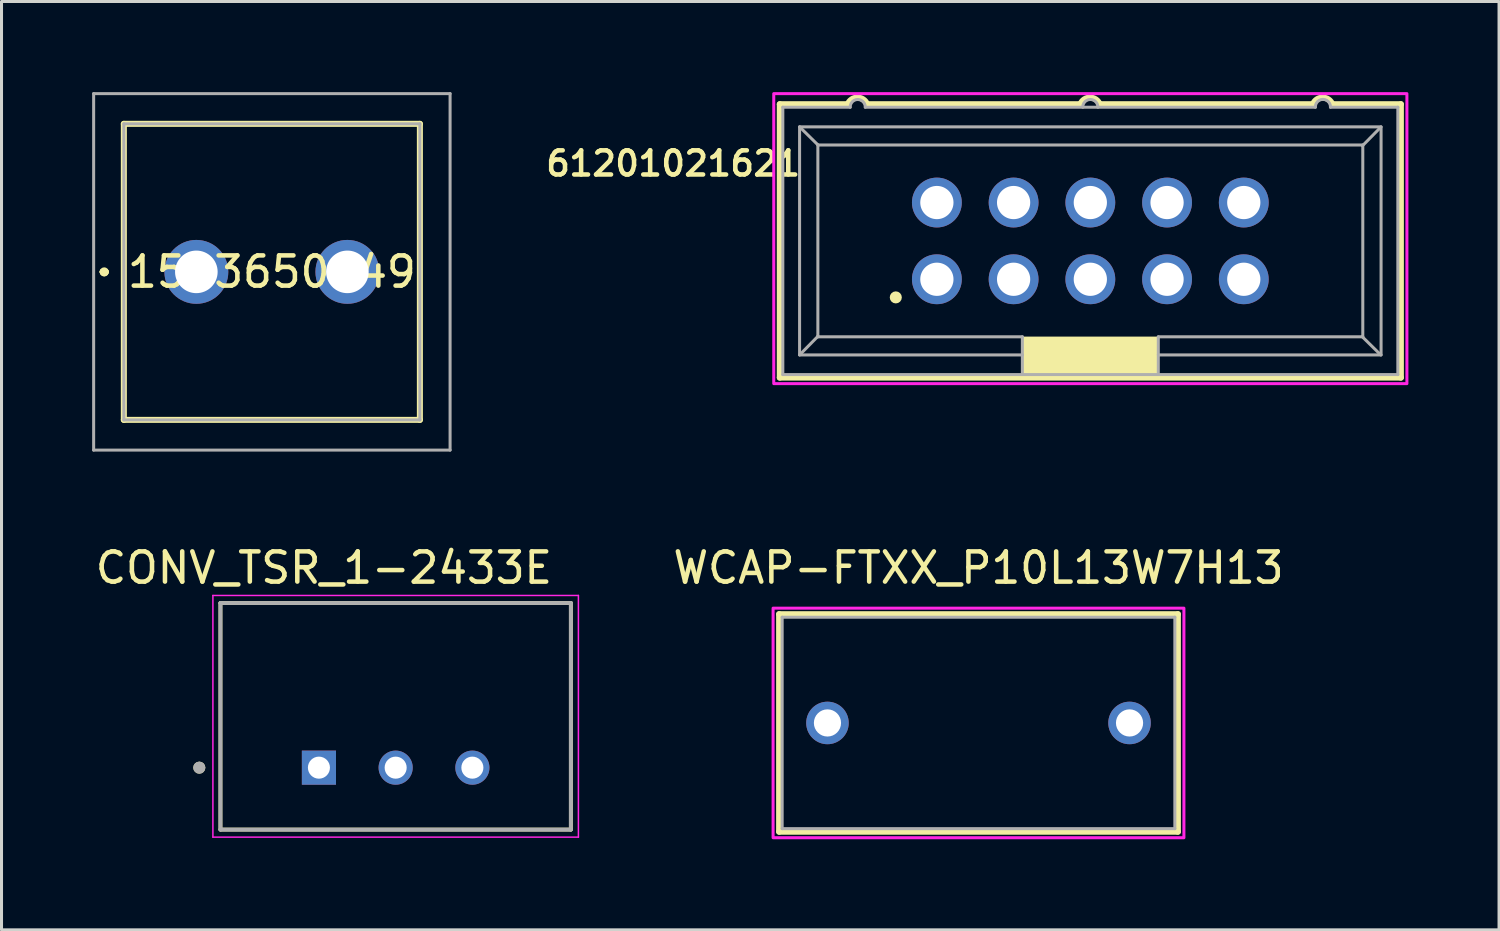
<source format=kicad_pcb>
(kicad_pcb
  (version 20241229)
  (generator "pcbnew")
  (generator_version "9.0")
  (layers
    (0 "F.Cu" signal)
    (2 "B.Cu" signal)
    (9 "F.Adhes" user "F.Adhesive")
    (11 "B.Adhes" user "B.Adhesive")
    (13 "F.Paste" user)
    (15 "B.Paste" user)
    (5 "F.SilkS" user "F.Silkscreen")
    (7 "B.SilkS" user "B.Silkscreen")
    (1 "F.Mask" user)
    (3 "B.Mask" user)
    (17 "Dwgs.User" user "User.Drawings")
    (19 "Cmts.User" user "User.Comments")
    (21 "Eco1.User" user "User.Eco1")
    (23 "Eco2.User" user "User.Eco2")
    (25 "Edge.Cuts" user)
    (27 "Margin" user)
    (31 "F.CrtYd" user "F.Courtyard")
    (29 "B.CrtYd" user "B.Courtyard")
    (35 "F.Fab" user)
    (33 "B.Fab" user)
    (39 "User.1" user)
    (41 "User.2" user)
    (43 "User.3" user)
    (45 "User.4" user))
  (footprint "CONV_TSR_1-2433E"
    (layer "F.Cu")
    (at 10.048 20.663)
    (property "Reference" "CONV_TSR_1-2433E" (at -2.375 -4.915 0) (layer "F.SilkS") (effects (font (size 1 1) (thickness 0.15))))
    (attr through_hole)
    (fp_line (start -5.8 -3.75) (end 5.8 -3.75) (stroke (width 0.127) (type solid)) (layer "F.SilkS"))
    (fp_line (start -5.8 3.75) (end -5.8 -3.75) (stroke (width 0.127) (type solid)) (layer "F.SilkS"))
    (fp_line (start -5.8 3.75) (end 5.8 3.75) (stroke (width 0.127) (type solid)) (layer "F.SilkS"))
    (fp_line (start 5.8 -3.75) (end 5.8 3.75) (stroke (width 0.127) (type solid)) (layer "F.SilkS"))
    (fp_circle (center -6.5 1.7) (end -6.4 1.7) (stroke (width 0.2) (type solid)) (fill no) (layer "F.SilkS"))
    (fp_line (start -6.05 -4) (end -6.05 4) (stroke (width 0.05) (type solid)) (layer "F.CrtYd"))
    (fp_line (start -6.05 4) (end 6.05 4) (stroke (width 0.05) (type solid)) (layer "F.CrtYd"))
    (fp_line (start 6.05 -4) (end -6.05 -4) (stroke (width 0.05) (type solid)) (layer "F.CrtYd"))
    (fp_line (start 6.05 4) (end 6.05 -4) (stroke (width 0.05) (type solid)) (layer "F.CrtYd"))
    (fp_line (start -5.8 -3.75) (end 5.8 -3.75) (stroke (width 0.127) (type solid)) (layer "F.Fab"))
    (fp_line (start -5.8 3.75) (end -5.8 -3.75) (stroke (width 0.127) (type solid)) (layer "F.Fab"))
    (fp_line (start 5.8 -3.75) (end 5.8 3.75) (stroke (width 0.127) (type solid)) (layer "F.Fab"))
    (fp_line (start 5.8 3.75) (end -5.8 3.75) (stroke (width 0.127) (type solid)) (layer "F.Fab"))
    (fp_circle (center -6.5 1.7) (end -6.4 1.7) (stroke (width 0.2) (type solid)) (fill no) (layer "F.Fab"))
    (pad "1" thru_hole rect (at -2.54 1.7) (size 1.13 1.13) (drill 0.73) (layers "*.Cu" "*.Mask"))
    (pad "2" thru_hole circle (at 0 1.7) (size 1.13 1.13) (drill 0.73) (layers "*.Cu" "*.Mask"))
    (pad "3" thru_hole circle (at 2.54 1.7) (size 1.13 1.13) (drill 0.73) (layers "*.Cu" "*.Mask")))
  (footprint "WCAP-FTXX_P10L13W7H13"
    (layer "F.Cu")
    (at 29.343 20.883)
    (property "Reference" "WCAP-FTXX_P10L13W7H13" (at 0 -5.135 0) (layer "F.SilkS") (effects (font (size 1 1) (thickness 0.15))))
    (attr through_hole)
    (fp_line (start -6.6 -3.6) (end 6.6 -3.6) (stroke (width 0.2) (type solid)) (layer "F.SilkS"))
    (fp_line (start -6.6 3.6) (end -6.6 -3.6) (stroke (width 0.2) (type solid)) (layer "F.SilkS"))
    (fp_line (start 6.6 -3.6) (end 6.6 3.6) (stroke (width 0.2) (type solid)) (layer "F.SilkS"))
    (fp_line (start 6.6 3.6) (end -6.6 3.6) (stroke (width 0.2) (type solid)) (layer "F.SilkS"))
    (fp_poly (pts (xy -6.8 -3.8) (xy 6.8 -3.8) (xy 6.8 3.8) (xy -6.8 3.8)) (stroke (width 0.1) (type solid)) (fill no) (layer "F.CrtYd"))
    (fp_line (start -6.5 -3.5) (end 6.5 -3.5) (stroke (width 0.1) (type solid)) (layer "F.Fab"))
    (fp_line (start -6.5 3.5) (end -6.5 -3.5) (stroke (width 0.1) (type solid)) (layer "F.Fab"))
    (fp_line (start 6.5 -3.5) (end 6.5 3.5) (stroke (width 0.1) (type solid)) (layer "F.Fab"))
    (fp_line (start 6.5 3.5) (end -6.5 3.5) (stroke (width 0.1) (type solid)) (layer "F.Fab"))
    (pad "1" thru_hole circle (at -5 0) (size 1.408 1.408) (drill 0.9) (layers "*.Cu" "*.Mask"))
    (pad "2" thru_hole circle (at 5 0) (size 1.408 1.408) (drill 0.9) (layers "*.Cu" "*.Mask")))
  (footprint "61201021621"
    (layer "F.Cu")
    (at 33.045 4.925)
    (property "Reference" "61201021621" (at -13.81 -2.561 0) (layer "F.SilkS") (effects (font (size 0.8 0.8) (thickness 0.15))))
    (attr through_hole)
    (fp_line (start -10.28 -4.525) (end -10.28 4.525) (stroke (width 0.2) (type solid)) (layer "F.SilkS"))
    (fp_line (start -10.28 4.525) (end 10.28 4.525) (stroke (width 0.2) (type solid)) (layer "F.SilkS"))
    (fp_line (start -8.03 -4.525) (end -10.28 -4.525) (stroke (width 0.2) (type solid)) (layer "F.SilkS"))
    (fp_line (start -0.33 -4.525) (end -7.39 -4.525) (stroke (width 0.2) (type solid)) (layer "F.SilkS"))
    (fp_line (start 7.37 -4.525) (end 0.31 -4.525) (stroke (width 0.2) (type solid)) (layer "F.SilkS"))
    (fp_line (start 8.01 -4.525) (end 10.28 -4.525) (stroke (width 0.2) (type solid)) (layer "F.SilkS"))
    (fp_line (start 10.28 4.525) (end 10.28 -4.525) (stroke (width 0.2) (type solid)) (layer "F.SilkS"))
    (fp_arc (start -8.03 -4.525) (mid -7.71 -4.743547) (end -7.39 -4.525) (stroke (width 0.2) (type solid)) (layer "F.SilkS"))
    (fp_arc (start -0.33 -4.525) (mid -0.01 -4.743547) (end 0.31 -4.525) (stroke (width 0.2) (type solid)) (layer "F.SilkS"))
    (fp_arc (start 7.37 -4.525) (mid 7.69 -4.743547) (end 8.01 -4.525) (stroke (width 0.2) (type solid)) (layer "F.SilkS"))
    (fp_circle (center -6.44 1.87) (end -6.34 1.87) (stroke (width 0.2) (type solid)) (fill no) (layer "F.SilkS"))
    (fp_poly (pts (xy -2.25 3.175) (xy 2.25 3.175) (xy 2.25 4.425) (xy -2.25 4.425)) (stroke (width 0.01) (type solid)) (fill yes) (layer "F.SilkS"))
    (fp_poly (pts (xy -10.48 -4.875) (xy 10.48 -4.875) (xy 10.48 4.725) (xy -10.48 4.725)) (stroke (width 0.1) (type solid)) (fill no) (layer "F.CrtYd"))
    (fp_line (start -10.18 -4.425) (end -7.95 -4.425) (stroke (width 0.1) (type solid)) (layer "F.Fab"))
    (fp_line (start -10.18 4.425) (end -10.18 -4.425) (stroke (width 0.1) (type solid)) (layer "F.Fab"))
    (fp_line (start -9.625 -3.775) (end 9.625 -3.775) (stroke (width 0.1) (type solid)) (layer "F.Fab"))
    (fp_line (start -9.625 3.775) (end -9.625 -3.775) (stroke (width 0.1) (type solid)) (layer "F.Fab"))
    (fp_line (start -9.02 -3.175) (end 9.02 -3.175) (stroke (width 0.1) (type solid)) (layer "F.Fab"))
    (fp_line (start -9.02 3.16) (end -9.62 3.77) (stroke (width 0.1) (type solid)) (layer "F.Fab"))
    (fp_line (start -9.02 3.16) (end -9.02 -3.175) (stroke (width 0.1) (type solid)) (layer "F.Fab"))
    (fp_line (start -9.02 3.175) (end -9.02 3.16) (stroke (width 0.1) (type solid)) (layer "F.Fab"))
    (fp_line (start -9.01 -3.17) (end -9.62 -3.77) (stroke (width 0.1) (type solid)) (layer "F.Fab"))
    (fp_line (start -7.45 -4.425) (end 7.45 -4.425) (stroke (width 0.1) (type solid)) (layer "F.Fab"))
    (fp_line (start -2.25 3.175) (end -9.02 3.175) (stroke (width 0.1) (type solid)) (layer "F.Fab"))
    (fp_line (start -2.25 3.175) (end -2.25 3.775) (stroke (width 0.1) (type solid)) (layer "F.Fab"))
    (fp_line (start -2.25 3.775) (end -9.625 3.775) (stroke (width 0.1) (type solid)) (layer "F.Fab"))
    (fp_line (start -2.25 3.795) (end -2.25 4.395) (stroke (width 0.1) (type solid)) (layer "F.Fab"))
    (fp_line (start 2.25 3.175) (end 2.25 3.775) (stroke (width 0.1) (type solid)) (layer "F.Fab"))
    (fp_line (start 2.25 3.815) (end 2.25 4.415) (stroke (width 0.1) (type solid)) (layer "F.Fab"))
    (fp_line (start 7.95 -4.425) (end 10.18 -4.425) (stroke (width 0.1) (type solid)) (layer "F.Fab"))
    (fp_line (start 9 3.17) (end 9.61 3.77) (stroke (width 0.1) (type solid)) (layer "F.Fab"))
    (fp_line (start 9.01 -3.15) (end 9.61 -3.76) (stroke (width 0.1) (type solid)) (layer "F.Fab"))
    (fp_line (start 9.02 -3.175) (end 9.02 3.175) (stroke (width 0.1) (type solid)) (layer "F.Fab"))
    (fp_line (start 9.02 3.175) (end 2.25 3.175) (stroke (width 0.1) (type solid)) (layer "F.Fab"))
    (fp_line (start 9.625 -3.775) (end 9.625 3.775) (stroke (width 0.1) (type solid)) (layer "F.Fab"))
    (fp_line (start 9.625 3.775) (end 2.25 3.775) (stroke (width 0.1) (type solid)) (layer "F.Fab"))
    (fp_line (start 10.18 -4.425) (end 10.18 4.425) (stroke (width 0.1) (type solid)) (layer "F.Fab"))
    (fp_line (start 10.18 4.425) (end -10.18 4.425) (stroke (width 0.1) (type solid)) (layer "F.Fab"))
    (fp_arc (start -7.95 -4.425) (mid -7.7 -4.680051) (end -7.45 -4.425) (stroke (width 0.1) (type solid)) (layer "F.Fab"))
    (fp_arc (start -0.25 -4.425) (mid 0 -4.680051) (end 0.25 -4.425) (stroke (width 0.1) (type solid)) (layer "F.Fab"))
    (fp_arc (start 7.45 -4.425) (mid 7.7 -4.685195) (end 7.95 -4.425) (stroke (width 0.1) (type solid)) (layer "F.Fab"))
    (pad "1" thru_hole circle (at -5.08 1.27) (size 1.65 1.65) (drill 1.1) (layers "*.Cu" "*.Mask"))
    (pad "2" thru_hole circle (at -5.08 -1.27) (size 1.65 1.65) (drill 1.1) (layers "*.Cu" "*.Mask"))
    (pad "3" thru_hole circle (at -2.54 1.27) (size 1.65 1.65) (drill 1.1) (layers "*.Cu" "*.Mask"))
    (pad "4" thru_hole circle (at -2.54 -1.27) (size 1.65 1.65) (drill 1.1) (layers "*.Cu" "*.Mask"))
    (pad "5" thru_hole circle (at 0 1.27) (size 1.65 1.65) (drill 1.1) (layers "*.Cu" "*.Mask"))
    (pad "6" thru_hole circle (at 0 -1.27) (size 1.65 1.65) (drill 1.1) (layers "*.Cu" "*.Mask"))
    (pad "7" thru_hole circle (at 2.54 1.27) (size 1.65 1.65) (drill 1.1) (layers "*.Cu" "*.Mask"))
    (pad "8" thru_hole circle (at 2.54 -1.27) (size 1.65 1.65) (drill 1.1) (layers "*.Cu" "*.Mask"))
    (pad "9" thru_hole circle (at 5.08 1.27) (size 1.65 1.65) (drill 1.1) (layers "*.Cu" "*.Mask"))
    (pad "10" thru_hole circle (at 5.08 -1.27) (size 1.65 1.65) (drill 1.1) (layers "*.Cu" "*.Mask")))
  (footprint "1543650149"
    (layer "F.Cu")
    (at 3.45 5.95)
    (property "Reference" "1543650149" (at 2.5 0 0) (layer "F.SilkS") (effects (font (size 1 1) (thickness 0.15))))
    (attr through_hole)
    (fp_line (start -3.1 0) (end -3.1 0) (stroke (width 0.2) (type solid)) (layer "F.SilkS"))
    (fp_line (start -3.1 0) (end -3.1 0) (stroke (width 0.2) (type solid)) (layer "F.SilkS"))
    (fp_line (start -3 0) (end -3 0) (stroke (width 0.2) (type solid)) (layer "F.SilkS"))
    (fp_line (start -2.4 -4.9) (end -2.4 4.9) (stroke (width 0.2) (type solid)) (layer "F.SilkS"))
    (fp_line (start -2.4 4.9) (end 7.4 4.9) (stroke (width 0.2) (type solid)) (layer "F.SilkS"))
    (fp_line (start 7.4 -4.9) (end -2.4 -4.9) (stroke (width 0.2) (type solid)) (layer "F.SilkS"))
    (fp_line (start 7.4 4.9) (end 7.4 -4.9) (stroke (width 0.2) (type solid)) (layer "F.SilkS"))
    (fp_arc (start -3.1 0) (mid -3.05 -0.05) (end -3 0) (stroke (width 0.2) (type solid)) (layer "F.SilkS"))
    (fp_arc (start -3 0) (mid -3.05 0.05) (end -3.1 0) (stroke (width 0.2) (type solid)) (layer "F.SilkS"))
    (fp_arc (start -3 0) (mid -3.05 0.05) (end -3.1 0) (stroke (width 0.2) (type solid)) (layer "F.SilkS"))
    (fp_line (start -3.4 -5.9) (end 8.4 -5.9) (stroke (width 0.1) (type solid)) (layer "F.Fab"))
    (fp_line (start -3.4 5.9) (end -3.4 -5.9) (stroke (width 0.1) (type solid)) (layer "F.Fab"))
    (fp_line (start -2.4 -4.9) (end -2.4 4.9) (stroke (width 0.1) (type solid)) (layer "F.Fab"))
    (fp_line (start -2.4 4.9) (end 7.4 4.9) (stroke (width 0.1) (type solid)) (layer "F.Fab"))
    (fp_line (start 7.4 -4.9) (end -2.4 -4.9) (stroke (width 0.1) (type solid)) (layer "F.Fab"))
    (fp_line (start 7.4 4.9) (end 7.4 -4.9) (stroke (width 0.1) (type solid)) (layer "F.Fab"))
    (fp_line (start 8.4 -5.9) (end 8.4 5.9) (stroke (width 0.1) (type solid)) (layer "F.Fab"))
    (fp_line (start 8.4 5.9) (end -3.4 5.9) (stroke (width 0.1) (type solid)) (layer "F.Fab"))
    (pad "1" thru_hole circle (at 0 0) (size 2.115 2.115) (drill 1.41) (layers "*.Cu" "*.Mask"))
    (pad "2" thru_hole circle (at 5 0) (size 2.115 2.115) (drill 1.41) (layers "*.Cu" "*.Mask")))
  (gr_rect
    (start -3 -3)
    (end 46.575 27.733)
    (stroke (width 0.1) (type default))
    (fill no)
    (layer "Edge.Cuts")))
</source>
